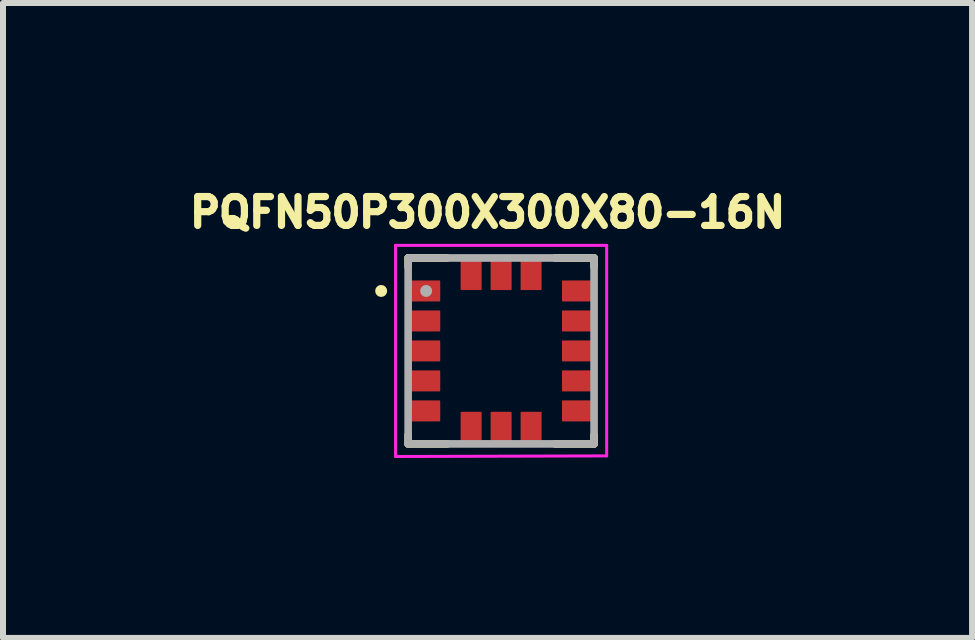
<source format=kicad_pcb>
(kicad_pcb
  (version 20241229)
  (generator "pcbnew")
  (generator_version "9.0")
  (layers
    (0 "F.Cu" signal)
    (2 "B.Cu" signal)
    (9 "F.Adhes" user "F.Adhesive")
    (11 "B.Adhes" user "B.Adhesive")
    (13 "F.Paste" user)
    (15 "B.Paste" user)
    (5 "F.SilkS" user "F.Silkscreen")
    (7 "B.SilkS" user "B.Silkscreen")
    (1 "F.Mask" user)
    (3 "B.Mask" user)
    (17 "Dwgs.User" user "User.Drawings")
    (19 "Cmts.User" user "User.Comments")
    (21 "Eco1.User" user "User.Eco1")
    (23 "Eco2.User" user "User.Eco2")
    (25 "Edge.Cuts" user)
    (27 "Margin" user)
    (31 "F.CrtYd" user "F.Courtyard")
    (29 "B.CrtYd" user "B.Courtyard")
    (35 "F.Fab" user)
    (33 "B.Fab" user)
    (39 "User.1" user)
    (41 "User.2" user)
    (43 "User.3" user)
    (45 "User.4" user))
  (footprint "PQFN50P300X300X80-16N"
    (layer "F.Cu")
    (at 5.305 2.801)
    (property "Reference" "PQFN50P300X300X80-16N" (at -0.226 -2.309 0) (layer "F.SilkS") (effects (font (size 0.481 0.481) (thickness 0.15))))
    (attr smd)
    (fp_line (start -1.55 -1.55) (end -0.9 -1.55) (stroke (width 0.127) (type solid)) (layer "F.SilkS"))
    (fp_line (start -1.55 -1.4) (end -1.55 -1.55) (stroke (width 0.127) (type solid)) (layer "F.SilkS"))
    (fp_line (start -1.55 1.4) (end -1.55 1.55) (stroke (width 0.127) (type solid)) (layer "F.SilkS"))
    (fp_line (start -1.55 1.55) (end -0.9 1.55) (stroke (width 0.127) (type solid)) (layer "F.SilkS"))
    (fp_line (start 0.9 -1.55) (end 1.55 -1.55) (stroke (width 0.127) (type solid)) (layer "F.SilkS"))
    (fp_line (start 0.9 1.55) (end 1.55 1.55) (stroke (width 0.127) (type solid)) (layer "F.SilkS"))
    (fp_line (start 1.55 -1.55) (end 1.55 -1.4) (stroke (width 0.127) (type solid)) (layer "F.SilkS"))
    (fp_line (start 1.55 1.55) (end 1.55 1.4) (stroke (width 0.127) (type solid)) (layer "F.SilkS"))
    (fp_circle (center -2 -1) (end -1.95 -1) (stroke (width 0.1) (type solid)) (fill no) (layer "F.SilkS"))
    (fp_line (start -1.76 -1.76) (end 1.76 -1.76) (stroke (width 0.05) (type solid)) (layer "F.CrtYd"))
    (fp_line (start -1.76 1.76) (end -1.76 -1.76) (stroke (width 0.05) (type solid)) (layer "F.CrtYd"))
    (fp_line (start 1.76 -1.76) (end 1.76 1.75) (stroke (width 0.05) (type solid)) (layer "F.CrtYd"))
    (fp_line (start 1.76 1.75) (end -1.76 1.76) (stroke (width 0.05) (type solid)) (layer "F.CrtYd"))
    (fp_line (start -1.55 -1.55) (end 1.55 -1.55) (stroke (width 0.127) (type solid)) (layer "F.Fab"))
    (fp_line (start -1.55 1.55) (end -1.55 -1.55) (stroke (width 0.127) (type solid)) (layer "F.Fab"))
    (fp_line (start 1.55 -1.55) (end 1.55 1.55) (stroke (width 0.127) (type solid)) (layer "F.Fab"))
    (fp_line (start 1.55 1.55) (end -1.55 1.55) (stroke (width 0.127) (type solid)) (layer "F.Fab"))
    (fp_circle (center -1.25 -1) (end -1.2 -1) (stroke (width 0.1) (type solid)) (fill no) (layer "F.Fab"))
    (pad "1" smd roundrect (at -1.26 -1) (size 0.49 0.35) (layers "F.Cu" "F.Mask" "F.Paste") (roundrect_rratio 0.04))
    (pad "2" smd roundrect (at -1.26 -0.5) (size 0.49 0.35) (layers "F.Cu" "F.Mask" "F.Paste") (roundrect_rratio 0.04))
    (pad "3" smd roundrect (at -1.26 0) (size 0.49 0.35) (layers "F.Cu" "F.Mask" "F.Paste") (roundrect_rratio 0.04))
    (pad "4" smd roundrect (at -1.26 0.5) (size 0.49 0.35) (layers "F.Cu" "F.Mask" "F.Paste") (roundrect_rratio 0.04))
    (pad "5" smd roundrect (at -1.26 1) (size 0.49 0.35) (layers "F.Cu" "F.Mask" "F.Paste") (roundrect_rratio 0.04))
    (pad "6" smd roundrect (at -0.5 1.26 90) (size 0.49 0.35) (layers "F.Cu" "F.Mask" "F.Paste") (roundrect_rratio 0.04))
    (pad "7" smd roundrect (at 0 1.26 90) (size 0.49 0.35) (layers "F.Cu" "F.Mask" "F.Paste") (roundrect_rratio 0.04))
    (pad "8" smd roundrect (at 0.5 1.26 90) (size 0.49 0.35) (layers "F.Cu" "F.Mask" "F.Paste") (roundrect_rratio 0.04))
    (pad "9" smd roundrect (at 1.26 1 180) (size 0.49 0.35) (layers "F.Cu" "F.Mask" "F.Paste") (roundrect_rratio 0.04))
    (pad "10" smd roundrect (at 1.26 0.5 180) (size 0.49 0.35) (layers "F.Cu" "F.Mask" "F.Paste") (roundrect_rratio 0.04))
    (pad "11" smd roundrect (at 1.26 0 180) (size 0.49 0.35) (layers "F.Cu" "F.Mask" "F.Paste") (roundrect_rratio 0.04))
    (pad "12" smd roundrect (at 1.26 -0.5 180) (size 0.49 0.35) (layers "F.Cu" "F.Mask" "F.Paste") (roundrect_rratio 0.04))
    (pad "13" smd roundrect (at 1.26 -1 180) (size 0.49 0.35) (layers "F.Cu" "F.Mask" "F.Paste") (roundrect_rratio 0.04))
    (pad "14" smd roundrect (at 0.5 -1.26 270) (size 0.49 0.35) (layers "F.Cu" "F.Mask" "F.Paste") (roundrect_rratio 0.04))
    (pad "15" smd roundrect (at 0 -1.26 270) (size 0.49 0.35) (layers "F.Cu" "F.Mask" "F.Paste") (roundrect_rratio 0.04))
    (pad "16" smd roundrect (at -0.5 -1.26 270) (size 0.49 0.35) (layers "F.Cu" "F.Mask" "F.Paste") (roundrect_rratio 0.04))
    (zone (net_name "") (layer "F.Cu") (hatch full 0.508) (connect_pads) (min_thickness 0.01) (filled_areas_thickness no) (keepout (tracks not_allowed) (vias not_allowed) (pads not_allowed) (copperpour not_allowed) (footprints allowed)) (placement (enabled no)) (fill) (polygon (pts (xy 4.505 2.001) (xy 6.105 2.001) (xy 6.105 3.601) (xy 4.505 3.601))))
    (zone (net_name "") (layers "F.Cu" "B.Cu") (hatch full 0.508) (connect_pads) (min_thickness 0.01) (filled_areas_thickness no) (keepout (tracks allowed) (vias not_allowed) (pads allowed) (copperpour allowed) (footprints allowed)) (placement (enabled no)) (fill) (polygon (pts (xy 4.505 2.001) (xy 6.105 2.001) (xy 6.105 3.601) (xy 4.505 3.601)))))
  (gr_rect
    (start -3 -3)
    (end 13.157 7.586)
    (stroke (width 0.1) (type default))
    (fill no)
    (layer "Edge.Cuts")))
</source>
